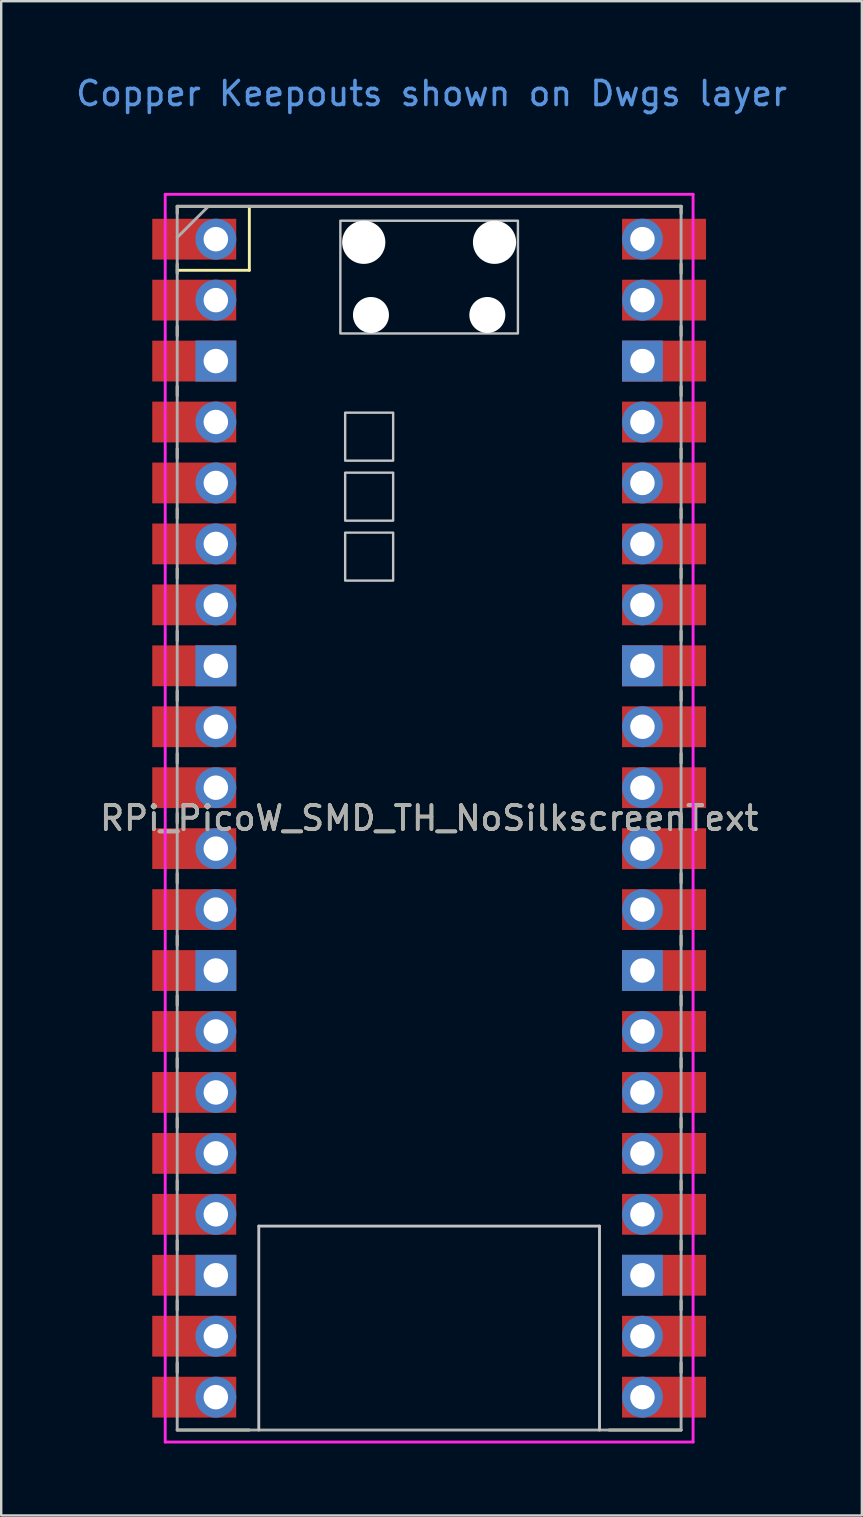
<source format=kicad_pcb>
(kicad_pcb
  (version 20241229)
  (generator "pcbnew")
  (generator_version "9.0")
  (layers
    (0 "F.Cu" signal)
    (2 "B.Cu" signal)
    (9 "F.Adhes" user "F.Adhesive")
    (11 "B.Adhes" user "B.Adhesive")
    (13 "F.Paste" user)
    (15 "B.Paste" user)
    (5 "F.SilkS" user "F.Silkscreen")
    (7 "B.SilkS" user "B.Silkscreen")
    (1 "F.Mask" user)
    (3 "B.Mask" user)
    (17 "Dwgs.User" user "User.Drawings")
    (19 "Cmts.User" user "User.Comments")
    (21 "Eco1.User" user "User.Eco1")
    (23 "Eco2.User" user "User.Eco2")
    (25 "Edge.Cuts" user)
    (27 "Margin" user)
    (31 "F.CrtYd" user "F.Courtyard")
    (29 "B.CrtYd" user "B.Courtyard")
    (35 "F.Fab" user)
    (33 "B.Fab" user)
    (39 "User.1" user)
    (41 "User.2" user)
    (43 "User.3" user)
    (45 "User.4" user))
  (footprint "RPi_PicoW_SMD_TH_NoSilkscreenText"
    (layer "F.Cu")
    (at 14.835 31.048)
    (property "Reference" "RPi_PicoW_SMD_TH_NoSilkscreenText" (at 0 0 0) (layer "F.SilkS") (effects (font (size 1 1) (thickness 0.15))))
    (attr through_hole)
    (fp_line (start -10.5 -25.5) (end -10.5 -25.2) (stroke (width 0.12) (type solid)) (layer "F.SilkS"))
    (fp_line (start -10.5 -25.5) (end 10.5 -25.5) (stroke (width 0.12) (type solid)) (layer "F.SilkS"))
    (fp_line (start -10.5 -23.1) (end -10.5 -22.7) (stroke (width 0.12) (type solid)) (layer "F.SilkS"))
    (fp_line (start -10.5 -22.833) (end -7.493 -22.833) (stroke (width 0.12) (type solid)) (layer "F.SilkS"))
    (fp_line (start -10.5 -20.5) (end -10.5 -20.1) (stroke (width 0.12) (type solid)) (layer "F.SilkS"))
    (fp_line (start -10.5 -18) (end -10.5 -17.6) (stroke (width 0.12) (type solid)) (layer "F.SilkS"))
    (fp_line (start -10.5 -15.4) (end -10.5 -15) (stroke (width 0.12) (type solid)) (layer "F.SilkS"))
    (fp_line (start -10.5 -12.9) (end -10.5 -12.5) (stroke (width 0.12) (type solid)) (layer "F.SilkS"))
    (fp_line (start -10.5 -10.4) (end -10.5 -10) (stroke (width 0.12) (type solid)) (layer "F.SilkS"))
    (fp_line (start -10.5 -7.8) (end -10.5 -7.4) (stroke (width 0.12) (type solid)) (layer "F.SilkS"))
    (fp_line (start -10.5 -5.3) (end -10.5 -4.9) (stroke (width 0.12) (type solid)) (layer "F.SilkS"))
    (fp_line (start -10.5 -2.7) (end -10.5 -2.3) (stroke (width 0.12) (type solid)) (layer "F.SilkS"))
    (fp_line (start -10.5 -0.2) (end -10.5 0.2) (stroke (width 0.12) (type solid)) (layer "F.SilkS"))
    (fp_line (start -10.5 2.3) (end -10.5 2.7) (stroke (width 0.12) (type solid)) (layer "F.SilkS"))
    (fp_line (start -10.5 4.9) (end -10.5 5.3) (stroke (width 0.12) (type solid)) (layer "F.SilkS"))
    (fp_line (start -10.5 7.4) (end -10.5 7.8) (stroke (width 0.12) (type solid)) (layer "F.SilkS"))
    (fp_line (start -10.5 10) (end -10.5 10.4) (stroke (width 0.12) (type solid)) (layer "F.SilkS"))
    (fp_line (start -10.5 12.5) (end -10.5 12.9) (stroke (width 0.12) (type solid)) (layer "F.SilkS"))
    (fp_line (start -10.5 15.1) (end -10.5 15.5) (stroke (width 0.12) (type solid)) (layer "F.SilkS"))
    (fp_line (start -10.5 17.6) (end -10.5 18) (stroke (width 0.12) (type solid)) (layer "F.SilkS"))
    (fp_line (start -10.5 20.1) (end -10.5 20.5) (stroke (width 0.12) (type solid)) (layer "F.SilkS"))
    (fp_line (start -10.5 22.7) (end -10.5 23.1) (stroke (width 0.12) (type solid)) (layer "F.SilkS"))
    (fp_line (start -7.5 25.5) (end -10.5 25.5) (stroke (width 0.12) (type solid)) (layer "F.SilkS"))
    (fp_line (start -7.493 -22.833) (end -7.493 -25.5) (stroke (width 0.12) (type solid)) (layer "F.SilkS"))
    (fp_line (start 10.5 -25.5) (end 10.5 -25.2) (stroke (width 0.12) (type solid)) (layer "F.SilkS"))
    (fp_line (start 10.5 -23.1) (end 10.5 -22.7) (stroke (width 0.12) (type solid)) (layer "F.SilkS"))
    (fp_line (start 10.5 -20.5) (end 10.5 -20.1) (stroke (width 0.12) (type solid)) (layer "F.SilkS"))
    (fp_line (start 10.5 -18) (end 10.5 -17.6) (stroke (width 0.12) (type solid)) (layer "F.SilkS"))
    (fp_line (start 10.5 -15.4) (end 10.5 -15) (stroke (width 0.12) (type solid)) (layer "F.SilkS"))
    (fp_line (start 10.5 -12.9) (end 10.5 -12.5) (stroke (width 0.12) (type solid)) (layer "F.SilkS"))
    (fp_line (start 10.5 -10.4) (end 10.5 -10) (stroke (width 0.12) (type solid)) (layer "F.SilkS"))
    (fp_line (start 10.5 -7.8) (end 10.5 -7.4) (stroke (width 0.12) (type solid)) (layer "F.SilkS"))
    (fp_line (start 10.5 -5.3) (end 10.5 -4.9) (stroke (width 0.12) (type solid)) (layer "F.SilkS"))
    (fp_line (start 10.5 -2.7) (end 10.5 -2.3) (stroke (width 0.12) (type solid)) (layer "F.SilkS"))
    (fp_line (start 10.5 -0.2) (end 10.5 0.2) (stroke (width 0.12) (type solid)) (layer "F.SilkS"))
    (fp_line (start 10.5 2.3) (end 10.5 2.7) (stroke (width 0.12) (type solid)) (layer "F.SilkS"))
    (fp_line (start 10.5 4.9) (end 10.5 5.3) (stroke (width 0.12) (type solid)) (layer "F.SilkS"))
    (fp_line (start 10.5 7.4) (end 10.5 7.8) (stroke (width 0.12) (type solid)) (layer "F.SilkS"))
    (fp_line (start 10.5 10) (end 10.5 10.4) (stroke (width 0.12) (type solid)) (layer "F.SilkS"))
    (fp_line (start 10.5 12.5) (end 10.5 12.9) (stroke (width 0.12) (type solid)) (layer "F.SilkS"))
    (fp_line (start 10.5 15.1) (end 10.5 15.5) (stroke (width 0.12) (type solid)) (layer "F.SilkS"))
    (fp_line (start 10.5 17.6) (end 10.5 18) (stroke (width 0.12) (type solid)) (layer "F.SilkS"))
    (fp_line (start 10.5 20.1) (end 10.5 20.5) (stroke (width 0.12) (type solid)) (layer "F.SilkS"))
    (fp_line (start 10.5 22.7) (end 10.5 23.1) (stroke (width 0.12) (type solid)) (layer "F.SilkS"))
    (fp_line (start 10.5 25.5) (end 7.5 25.5) (stroke (width 0.12) (type solid)) (layer "F.SilkS"))
    (fp_line (start -7.1 17) (end 7.1 17) (stroke (width 0.12) (type solid)) (layer "Dwgs.User"))
    (fp_line (start -7.1 25.5) (end -7.1 17) (stroke (width 0.12) (type solid)) (layer "Dwgs.User"))
    (fp_line (start 7.1 17) (end 7.1 25.5) (stroke (width 0.12) (type solid)) (layer "Dwgs.User"))
    (fp_poly (pts (xy -1.5 -14.9) (xy -3.5 -14.9) (xy -3.5 -16.9) (xy -1.5 -16.9)) (stroke (width 0.1) (type solid)) (fill no) (layer "Dwgs.User"))
    (fp_poly (pts (xy -1.5 -12.4) (xy -3.5 -12.4) (xy -3.5 -14.4) (xy -1.5 -14.4)) (stroke (width 0.1) (type solid)) (fill no) (layer "Dwgs.User"))
    (fp_poly (pts (xy -1.5 -9.9) (xy -3.5 -9.9) (xy -3.5 -11.9) (xy -1.5 -11.9)) (stroke (width 0.1) (type solid)) (fill no) (layer "Dwgs.User"))
    (fp_poly (pts (xy 3.7 -20.2) (xy -3.7 -20.2) (xy -3.7 -24.9) (xy 3.7 -24.9)) (stroke (width 0.1) (type solid)) (fill no) (layer "Dwgs.User"))
    (fp_line (start -11 -26) (end -11 26) (stroke (width 0.12) (type default)) (layer "F.CrtYd"))
    (fp_line (start -11 -26) (end 11 -26) (stroke (width 0.12) (type solid)) (layer "F.CrtYd"))
    (fp_line (start 11 -26) (end 11 26) (stroke (width 0.12) (type solid)) (layer "F.CrtYd"))
    (fp_line (start 11 26) (end -11 26) (stroke (width 0.12) (type solid)) (layer "F.CrtYd"))
    (fp_line (start -10.5 -25.5) (end 10.5 -25.5) (stroke (width 0.12) (type solid)) (layer "F.Fab"))
    (fp_line (start -10.5 -24.2) (end -9.2 -25.5) (stroke (width 0.12) (type solid)) (layer "F.Fab"))
    (fp_line (start -10.5 25.5) (end -10.5 -25.5) (stroke (width 0.12) (type solid)) (layer "F.Fab"))
    (fp_line (start 10.5 -25.5) (end 10.5 25.5) (stroke (width 0.12) (type solid)) (layer "F.Fab"))
    (fp_line (start 10.5 25.5) (end -10.5 25.5) (stroke (width 0.12) (type solid)) (layer "F.Fab"))
    (fp_text user "Copper Keepouts shown on Dwgs layer" (at 0.1 -30.2 0) (layer "Cmts.User") (effects (font (size 1 1) (thickness 0.15))))
    (fp_text user "${REFERENCE}" (at 0 0 180) (layer "F.Fab") (effects (font (size 1 1) (thickness 0.15))))
    (pad "" np_thru_hole oval (at -2.725 -24) (size 1.8 1.8) (drill 1.8) (layers "*.Cu" "*.Mask"))
    (pad "" np_thru_hole oval (at -2.425 -20.97) (size 1.5 1.5) (drill 1.5) (layers "*.Cu" "*.Mask"))
    (pad "" np_thru_hole oval (at 2.425 -20.97) (size 1.5 1.5) (drill 1.5) (layers "*.Cu" "*.Mask"))
    (pad "" np_thru_hole oval (at 2.725 -24) (size 1.8 1.8) (drill 1.8) (layers "*.Cu" "*.Mask"))
    (pad "1" thru_hole oval (at -8.89 -24.13) (size 1.7 1.7) (drill 1.02) (layers "*.Cu" "*.Mask"))
    (pad "1" smd rect (at -8.89 -24.13) (size 3.5 1.7) (drill (offset -0.9 0)) (layers "F.Cu" "F.Mask"))
    (pad "2" thru_hole oval (at -8.89 -21.59) (size 1.7 1.7) (drill 1.02) (layers "*.Cu" "*.Mask"))
    (pad "2" smd rect (at -8.89 -21.59) (size 3.5 1.7) (drill (offset -0.9 0)) (layers "F.Cu" "F.Mask"))
    (pad "3" thru_hole rect (at -8.89 -19.05) (size 1.7 1.7) (drill 1.02) (layers "*.Cu" "*.Mask"))
    (pad "3" smd rect (at -8.89 -19.05) (size 3.5 1.7) (drill (offset -0.9 0)) (layers "F.Cu" "F.Mask"))
    (pad "4" thru_hole oval (at -8.89 -16.51) (size 1.7 1.7) (drill 1.02) (layers "*.Cu" "*.Mask"))
    (pad "4" smd rect (at -8.89 -16.51) (size 3.5 1.7) (drill (offset -0.9 0)) (layers "F.Cu" "F.Mask"))
    (pad "5" thru_hole oval (at -8.89 -13.97) (size 1.7 1.7) (drill 1.02) (layers "*.Cu" "*.Mask"))
    (pad "5" smd rect (at -8.89 -13.97) (size 3.5 1.7) (drill (offset -0.9 0)) (layers "F.Cu" "F.Mask"))
    (pad "6" thru_hole oval (at -8.89 -11.43) (size 1.7 1.7) (drill 1.02) (layers "*.Cu" "*.Mask"))
    (pad "6" smd rect (at -8.89 -11.43) (size 3.5 1.7) (drill (offset -0.9 0)) (layers "F.Cu" "F.Mask"))
    (pad "7" thru_hole oval (at -8.89 -8.89) (size 1.7 1.7) (drill 1.02) (layers "*.Cu" "*.Mask"))
    (pad "7" smd rect (at -8.89 -8.89) (size 3.5 1.7) (drill (offset -0.9 0)) (layers "F.Cu" "F.Mask"))
    (pad "8" thru_hole rect (at -8.89 -6.35) (size 1.7 1.7) (drill 1.02) (layers "*.Cu" "*.Mask"))
    (pad "8" smd rect (at -8.89 -6.35) (size 3.5 1.7) (drill (offset -0.9 0)) (layers "F.Cu" "F.Mask"))
    (pad "9" thru_hole oval (at -8.89 -3.81) (size 1.7 1.7) (drill 1.02) (layers "*.Cu" "*.Mask"))
    (pad "9" smd rect (at -8.89 -3.81) (size 3.5 1.7) (drill (offset -0.9 0)) (layers "F.Cu" "F.Mask"))
    (pad "10" thru_hole oval (at -8.89 -1.27) (size 1.7 1.7) (drill 1.02) (layers "*.Cu" "*.Mask"))
    (pad "10" smd rect (at -8.89 -1.27) (size 3.5 1.7) (drill (offset -0.9 0)) (layers "F.Cu" "F.Mask"))
    (pad "11" thru_hole oval (at -8.89 1.27) (size 1.7 1.7) (drill 1.02) (layers "*.Cu" "*.Mask"))
    (pad "11" smd rect (at -8.89 1.27) (size 3.5 1.7) (drill (offset -0.9 0)) (layers "F.Cu" "F.Mask"))
    (pad "12" thru_hole oval (at -8.89 3.81) (size 1.7 1.7) (drill 1.02) (layers "*.Cu" "*.Mask"))
    (pad "12" smd rect (at -8.89 3.81) (size 3.5 1.7) (drill (offset -0.9 0)) (layers "F.Cu" "F.Mask"))
    (pad "13" thru_hole rect (at -8.89 6.35) (size 1.7 1.7) (drill 1.02) (layers "*.Cu" "*.Mask"))
    (pad "13" smd rect (at -8.89 6.35) (size 3.5 1.7) (drill (offset -0.9 0)) (layers "F.Cu" "F.Mask"))
    (pad "14" thru_hole oval (at -8.89 8.89) (size 1.7 1.7) (drill 1.02) (layers "*.Cu" "*.Mask"))
    (pad "14" smd rect (at -8.89 8.89) (size 3.5 1.7) (drill (offset -0.9 0)) (layers "F.Cu" "F.Mask"))
    (pad "15" thru_hole oval (at -8.89 11.43) (size 1.7 1.7) (drill 1.02) (layers "*.Cu" "*.Mask"))
    (pad "15" smd rect (at -8.89 11.43) (size 3.5 1.7) (drill (offset -0.9 0)) (layers "F.Cu" "F.Mask"))
    (pad "16" thru_hole oval (at -8.89 13.97) (size 1.7 1.7) (drill 1.02) (layers "*.Cu" "*.Mask"))
    (pad "16" smd rect (at -8.89 13.97) (size 3.5 1.7) (drill (offset -0.9 0)) (layers "F.Cu" "F.Mask"))
    (pad "17" thru_hole oval (at -8.89 16.51) (size 1.7 1.7) (drill 1.02) (layers "*.Cu" "*.Mask"))
    (pad "17" smd rect (at -8.89 16.51) (size 3.5 1.7) (drill (offset -0.9 0)) (layers "F.Cu" "F.Mask"))
    (pad "18" thru_hole rect (at -8.89 19.05) (size 1.7 1.7) (drill 1.02) (layers "*.Cu" "*.Mask"))
    (pad "18" smd rect (at -8.89 19.05) (size 3.5 1.7) (drill (offset -0.9 0)) (layers "F.Cu" "F.Mask"))
    (pad "19" thru_hole oval (at -8.89 21.59) (size 1.7 1.7) (drill 1.02) (layers "*.Cu" "*.Mask"))
    (pad "19" smd rect (at -8.89 21.59) (size 3.5 1.7) (drill (offset -0.9 0)) (layers "F.Cu" "F.Mask"))
    (pad "20" thru_hole oval (at -8.89 24.13) (size 1.7 1.7) (drill 1.02) (layers "*.Cu" "*.Mask"))
    (pad "20" smd rect (at -8.89 24.13) (size 3.5 1.7) (drill (offset -0.9 0)) (layers "F.Cu" "F.Mask"))
    (pad "21" thru_hole oval (at 8.89 24.13) (size 1.7 1.7) (drill 1.02) (layers "*.Cu" "*.Mask"))
    (pad "21" smd rect (at 8.89 24.13) (size 3.5 1.7) (drill (offset 0.9 0)) (layers "F.Cu" "F.Mask"))
    (pad "22" thru_hole oval (at 8.89 21.59) (size 1.7 1.7) (drill 1.02) (layers "*.Cu" "*.Mask"))
    (pad "22" smd rect (at 8.89 21.59) (size 3.5 1.7) (drill (offset 0.9 0)) (layers "F.Cu" "F.Mask"))
    (pad "23" thru_hole rect (at 8.89 19.05) (size 1.7 1.7) (drill 1.02) (layers "*.Cu" "*.Mask"))
    (pad "23" smd rect (at 8.89 19.05) (size 3.5 1.7) (drill (offset 0.9 0)) (layers "F.Cu" "F.Mask"))
    (pad "24" thru_hole oval (at 8.89 16.51) (size 1.7 1.7) (drill 1.02) (layers "*.Cu" "*.Mask"))
    (pad "24" smd rect (at 8.89 16.51) (size 3.5 1.7) (drill (offset 0.9 0)) (layers "F.Cu" "F.Mask"))
    (pad "25" thru_hole oval (at 8.89 13.97) (size 1.7 1.7) (drill 1.02) (layers "*.Cu" "*.Mask"))
    (pad "25" smd rect (at 8.89 13.97) (size 3.5 1.7) (drill (offset 0.9 0)) (layers "F.Cu" "F.Mask"))
    (pad "26" thru_hole oval (at 8.89 11.43) (size 1.7 1.7) (drill 1.02) (layers "*.Cu" "*.Mask"))
    (pad "26" smd rect (at 8.89 11.43) (size 3.5 1.7) (drill (offset 0.9 0)) (layers "F.Cu" "F.Mask"))
    (pad "27" thru_hole oval (at 8.89 8.89) (size 1.7 1.7) (drill 1.02) (layers "*.Cu" "*.Mask"))
    (pad "27" smd rect (at 8.89 8.89) (size 3.5 1.7) (drill (offset 0.9 0)) (layers "F.Cu" "F.Mask"))
    (pad "28" thru_hole rect (at 8.89 6.35) (size 1.7 1.7) (drill 1.02) (layers "*.Cu" "*.Mask"))
    (pad "28" smd rect (at 8.89 6.35) (size 3.5 1.7) (drill (offset 0.9 0)) (layers "F.Cu" "F.Mask"))
    (pad "29" thru_hole oval (at 8.89 3.81) (size 1.7 1.7) (drill 1.02) (layers "*.Cu" "*.Mask"))
    (pad "29" smd rect (at 8.89 3.81) (size 3.5 1.7) (drill (offset 0.9 0)) (layers "F.Cu" "F.Mask"))
    (pad "30" thru_hole oval (at 8.89 1.27) (size 1.7 1.7) (drill 1.02) (layers "*.Cu" "*.Mask"))
    (pad "30" smd rect (at 8.89 1.27) (size 3.5 1.7) (drill (offset 0.9 0)) (layers "F.Cu" "F.Mask"))
    (pad "31" thru_hole oval (at 8.89 -1.27) (size 1.7 1.7) (drill 1.02) (layers "*.Cu" "*.Mask"))
    (pad "31" smd rect (at 8.89 -1.27) (size 3.5 1.7) (drill (offset 0.9 0)) (layers "F.Cu" "F.Mask"))
    (pad "32" thru_hole oval (at 8.89 -3.81) (size 1.7 1.7) (drill 1.02) (layers "*.Cu" "*.Mask"))
    (pad "32" smd rect (at 8.89 -3.81) (size 3.5 1.7) (drill (offset 0.9 0)) (layers "F.Cu" "F.Mask"))
    (pad "33" thru_hole rect (at 8.89 -6.35) (size 1.7 1.7) (drill 1.02) (layers "*.Cu" "*.Mask"))
    (pad "33" smd rect (at 8.89 -6.35) (size 3.5 1.7) (drill (offset 0.9 0)) (layers "F.Cu" "F.Mask"))
    (pad "34" thru_hole oval (at 8.89 -8.89) (size 1.7 1.7) (drill 1.02) (layers "*.Cu" "*.Mask"))
    (pad "34" smd rect (at 8.89 -8.89) (size 3.5 1.7) (drill (offset 0.9 0)) (layers "F.Cu" "F.Mask"))
    (pad "35" thru_hole oval (at 8.89 -11.43) (size 1.7 1.7) (drill 1.02) (layers "*.Cu" "*.Mask"))
    (pad "35" smd rect (at 8.89 -11.43) (size 3.5 1.7) (drill (offset 0.9 0)) (layers "F.Cu" "F.Mask"))
    (pad "36" thru_hole oval (at 8.89 -13.97) (size 1.7 1.7) (drill 1.02) (layers "*.Cu" "*.Mask"))
    (pad "36" smd rect (at 8.89 -13.97) (size 3.5 1.7) (drill (offset 0.9 0)) (layers "F.Cu" "F.Mask"))
    (pad "37" thru_hole oval (at 8.89 -16.51) (size 1.7 1.7) (drill 1.02) (layers "*.Cu" "*.Mask"))
    (pad "37" smd rect (at 8.89 -16.51) (size 3.5 1.7) (drill (offset 0.9 0)) (layers "F.Cu" "F.Mask"))
    (pad "38" thru_hole rect (at 8.89 -19.05) (size 1.7 1.7) (drill 1.02) (layers "*.Cu" "*.Mask"))
    (pad "38" smd rect (at 8.89 -19.05) (size 3.5 1.7) (drill (offset 0.9 0)) (layers "F.Cu" "F.Mask"))
    (pad "39" thru_hole oval (at 8.89 -21.59) (size 1.7 1.7) (drill 1.02) (layers "*.Cu" "*.Mask"))
    (pad "39" smd rect (at 8.89 -21.59) (size 3.5 1.7) (drill (offset 0.9 0)) (layers "F.Cu" "F.Mask"))
    (pad "40" thru_hole oval (at 8.89 -24.13) (size 1.7 1.7) (drill 1.02) (layers "*.Cu" "*.Mask"))
    (pad "40" smd rect (at 8.89 -24.13) (size 3.5 1.7) (drill (offset 0.9 0)) (layers "F.Cu" "F.Mask")))
  (gr_rect
    (start -3 -3)
    (end 32.869 60.108)
    (stroke (width 0.1) (type default))
    (fill no)
    (layer "Edge.Cuts")))
</source>
